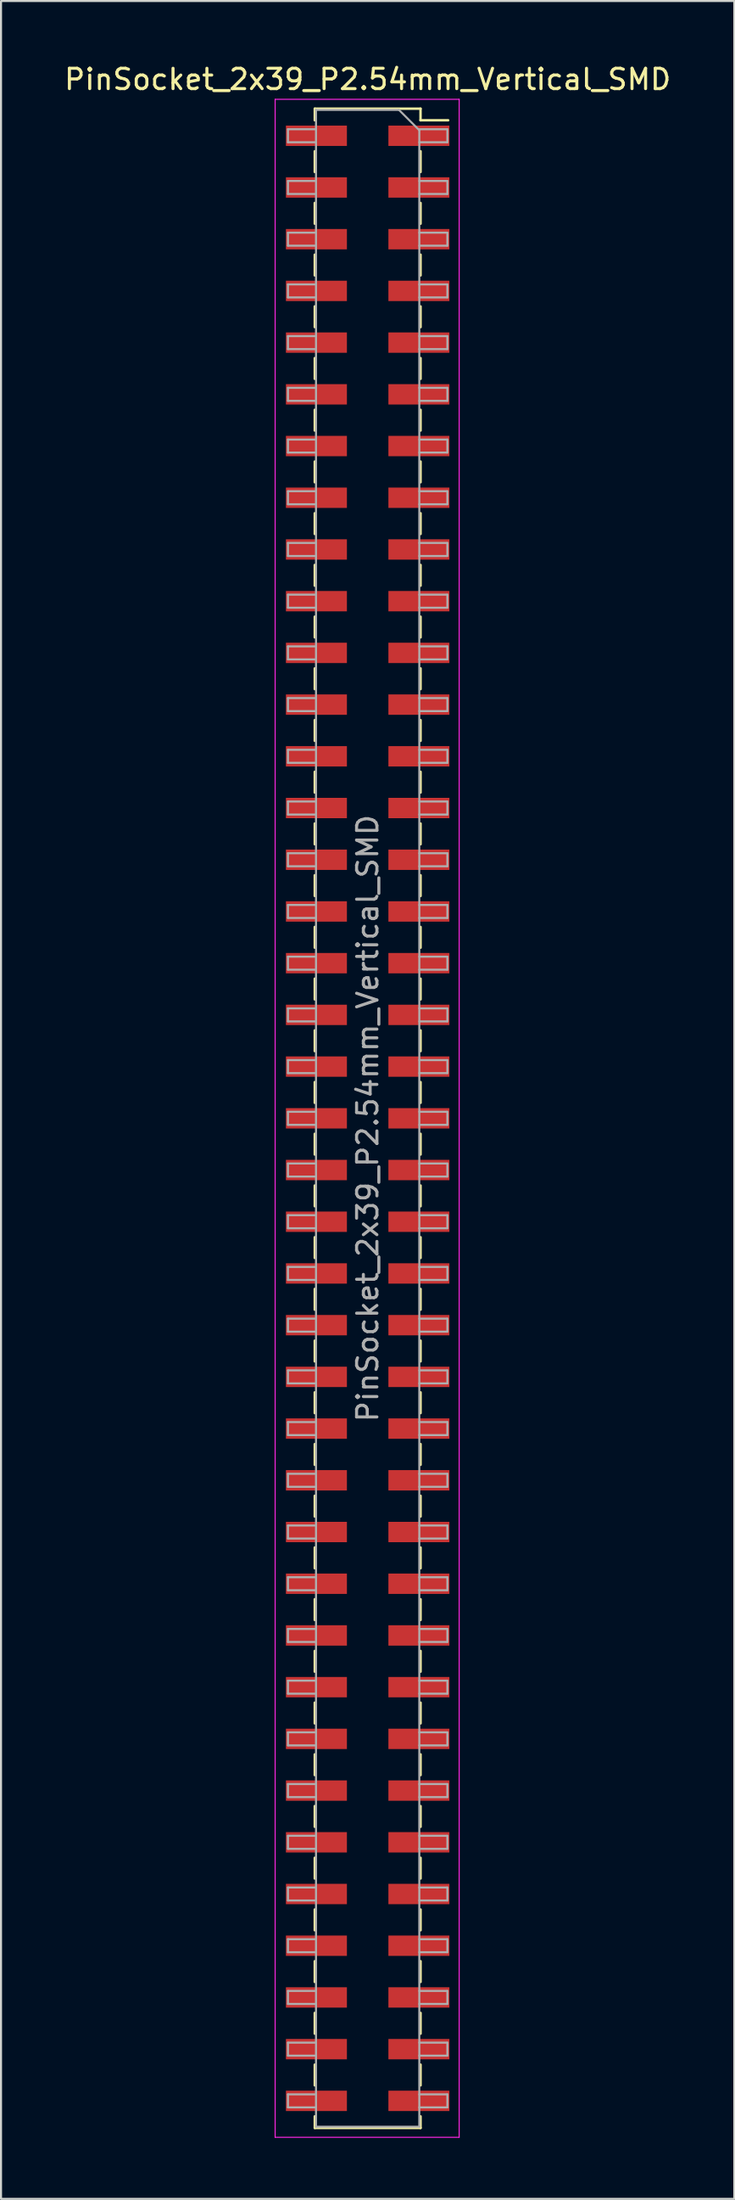
<source format=kicad_pcb>
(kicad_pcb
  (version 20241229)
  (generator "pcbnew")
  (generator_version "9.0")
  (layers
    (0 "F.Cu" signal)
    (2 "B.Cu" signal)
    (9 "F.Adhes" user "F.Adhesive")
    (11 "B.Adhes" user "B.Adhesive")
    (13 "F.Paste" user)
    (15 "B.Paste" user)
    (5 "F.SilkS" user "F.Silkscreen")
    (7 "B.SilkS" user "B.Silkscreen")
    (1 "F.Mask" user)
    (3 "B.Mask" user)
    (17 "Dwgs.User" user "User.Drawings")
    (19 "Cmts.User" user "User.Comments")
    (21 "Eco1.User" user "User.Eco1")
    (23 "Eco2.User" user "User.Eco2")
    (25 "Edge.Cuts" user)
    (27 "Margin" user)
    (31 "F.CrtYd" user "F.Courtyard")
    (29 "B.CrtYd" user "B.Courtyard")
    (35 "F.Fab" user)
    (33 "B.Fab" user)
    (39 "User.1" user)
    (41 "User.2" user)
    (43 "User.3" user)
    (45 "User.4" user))
  (footprint "PinSocket_2x39_P2.54mm_Vertical_SMD"
    (layer "F.Cu")
    (at 15.03 51.878)
    (property "Reference" "PinSocket_2x39_P2.54mm_Vertical_SMD" (at 0 -51.03 0) (layer "F.SilkS") (effects (font (size 1 1) (thickness 0.15))))
    (attr smd)
    (fp_line (start -2.6 -49.59) (end -2.6 -49.02) (stroke (width 0.12) (type solid)) (layer "F.SilkS"))
    (fp_line (start -2.6 -49.59) (end 2.6 -49.59) (stroke (width 0.12) (type solid)) (layer "F.SilkS"))
    (fp_line (start -2.6 -47.5) (end -2.6 -46.48) (stroke (width 0.12) (type solid)) (layer "F.SilkS"))
    (fp_line (start -2.6 -44.96) (end -2.6 -43.94) (stroke (width 0.12) (type solid)) (layer "F.SilkS"))
    (fp_line (start -2.6 -42.42) (end -2.6 -41.4) (stroke (width 0.12) (type solid)) (layer "F.SilkS"))
    (fp_line (start -2.6 -39.88) (end -2.6 -38.86) (stroke (width 0.12) (type solid)) (layer "F.SilkS"))
    (fp_line (start -2.6 -37.34) (end -2.6 -36.32) (stroke (width 0.12) (type solid)) (layer "F.SilkS"))
    (fp_line (start -2.6 -34.8) (end -2.6 -33.78) (stroke (width 0.12) (type solid)) (layer "F.SilkS"))
    (fp_line (start -2.6 -32.26) (end -2.6 -31.24) (stroke (width 0.12) (type solid)) (layer "F.SilkS"))
    (fp_line (start -2.6 -29.72) (end -2.6 -28.7) (stroke (width 0.12) (type solid)) (layer "F.SilkS"))
    (fp_line (start -2.6 -27.18) (end -2.6 -26.16) (stroke (width 0.12) (type solid)) (layer "F.SilkS"))
    (fp_line (start -2.6 -24.64) (end -2.6 -23.62) (stroke (width 0.12) (type solid)) (layer "F.SilkS"))
    (fp_line (start -2.6 -22.1) (end -2.6 -21.08) (stroke (width 0.12) (type solid)) (layer "F.SilkS"))
    (fp_line (start -2.6 -19.56) (end -2.6 -18.54) (stroke (width 0.12) (type solid)) (layer "F.SilkS"))
    (fp_line (start -2.6 -17.02) (end -2.6 -16) (stroke (width 0.12) (type solid)) (layer "F.SilkS"))
    (fp_line (start -2.6 -14.48) (end -2.6 -13.46) (stroke (width 0.12) (type solid)) (layer "F.SilkS"))
    (fp_line (start -2.6 -11.94) (end -2.6 -10.92) (stroke (width 0.12) (type solid)) (layer "F.SilkS"))
    (fp_line (start -2.6 -9.4) (end -2.6 -8.38) (stroke (width 0.12) (type solid)) (layer "F.SilkS"))
    (fp_line (start -2.6 -6.86) (end -2.6 -5.84) (stroke (width 0.12) (type solid)) (layer "F.SilkS"))
    (fp_line (start -2.6 -4.32) (end -2.6 -3.3) (stroke (width 0.12) (type solid)) (layer "F.SilkS"))
    (fp_line (start -2.6 -1.78) (end -2.6 -0.76) (stroke (width 0.12) (type solid)) (layer "F.SilkS"))
    (fp_line (start -2.6 0.76) (end -2.6 1.78) (stroke (width 0.12) (type solid)) (layer "F.SilkS"))
    (fp_line (start -2.6 3.3) (end -2.6 4.32) (stroke (width 0.12) (type solid)) (layer "F.SilkS"))
    (fp_line (start -2.6 5.84) (end -2.6 6.86) (stroke (width 0.12) (type solid)) (layer "F.SilkS"))
    (fp_line (start -2.6 8.38) (end -2.6 9.4) (stroke (width 0.12) (type solid)) (layer "F.SilkS"))
    (fp_line (start -2.6 10.92) (end -2.6 11.94) (stroke (width 0.12) (type solid)) (layer "F.SilkS"))
    (fp_line (start -2.6 13.46) (end -2.6 14.48) (stroke (width 0.12) (type solid)) (layer "F.SilkS"))
    (fp_line (start -2.6 16) (end -2.6 17.02) (stroke (width 0.12) (type solid)) (layer "F.SilkS"))
    (fp_line (start -2.6 18.54) (end -2.6 19.56) (stroke (width 0.12) (type solid)) (layer "F.SilkS"))
    (fp_line (start -2.6 21.08) (end -2.6 22.1) (stroke (width 0.12) (type solid)) (layer "F.SilkS"))
    (fp_line (start -2.6 23.62) (end -2.6 24.64) (stroke (width 0.12) (type solid)) (layer "F.SilkS"))
    (fp_line (start -2.6 26.16) (end -2.6 27.18) (stroke (width 0.12) (type solid)) (layer "F.SilkS"))
    (fp_line (start -2.6 28.7) (end -2.6 29.72) (stroke (width 0.12) (type solid)) (layer "F.SilkS"))
    (fp_line (start -2.6 31.24) (end -2.6 32.26) (stroke (width 0.12) (type solid)) (layer "F.SilkS"))
    (fp_line (start -2.6 33.78) (end -2.6 34.8) (stroke (width 0.12) (type solid)) (layer "F.SilkS"))
    (fp_line (start -2.6 36.32) (end -2.6 37.34) (stroke (width 0.12) (type solid)) (layer "F.SilkS"))
    (fp_line (start -2.6 38.86) (end -2.6 39.88) (stroke (width 0.12) (type solid)) (layer "F.SilkS"))
    (fp_line (start -2.6 41.4) (end -2.6 42.42) (stroke (width 0.12) (type solid)) (layer "F.SilkS"))
    (fp_line (start -2.6 43.94) (end -2.6 44.96) (stroke (width 0.12) (type solid)) (layer "F.SilkS"))
    (fp_line (start -2.6 46.48) (end -2.6 47.5) (stroke (width 0.12) (type solid)) (layer "F.SilkS"))
    (fp_line (start -2.6 49.02) (end -2.6 49.59) (stroke (width 0.12) (type solid)) (layer "F.SilkS"))
    (fp_line (start -2.6 49.59) (end 2.6 49.59) (stroke (width 0.12) (type solid)) (layer "F.SilkS"))
    (fp_line (start 2.6 -49.59) (end 2.6 -49.02) (stroke (width 0.12) (type solid)) (layer "F.SilkS"))
    (fp_line (start 2.6 -49.02) (end 3.96 -49.02) (stroke (width 0.12) (type solid)) (layer "F.SilkS"))
    (fp_line (start 2.6 -47.5) (end 2.6 -46.48) (stroke (width 0.12) (type solid)) (layer "F.SilkS"))
    (fp_line (start 2.6 -44.96) (end 2.6 -43.94) (stroke (width 0.12) (type solid)) (layer "F.SilkS"))
    (fp_line (start 2.6 -42.42) (end 2.6 -41.4) (stroke (width 0.12) (type solid)) (layer "F.SilkS"))
    (fp_line (start 2.6 -39.88) (end 2.6 -38.86) (stroke (width 0.12) (type solid)) (layer "F.SilkS"))
    (fp_line (start 2.6 -37.34) (end 2.6 -36.32) (stroke (width 0.12) (type solid)) (layer "F.SilkS"))
    (fp_line (start 2.6 -34.8) (end 2.6 -33.78) (stroke (width 0.12) (type solid)) (layer "F.SilkS"))
    (fp_line (start 2.6 -32.26) (end 2.6 -31.24) (stroke (width 0.12) (type solid)) (layer "F.SilkS"))
    (fp_line (start 2.6 -29.72) (end 2.6 -28.7) (stroke (width 0.12) (type solid)) (layer "F.SilkS"))
    (fp_line (start 2.6 -27.18) (end 2.6 -26.16) (stroke (width 0.12) (type solid)) (layer "F.SilkS"))
    (fp_line (start 2.6 -24.64) (end 2.6 -23.62) (stroke (width 0.12) (type solid)) (layer "F.SilkS"))
    (fp_line (start 2.6 -22.1) (end 2.6 -21.08) (stroke (width 0.12) (type solid)) (layer "F.SilkS"))
    (fp_line (start 2.6 -19.56) (end 2.6 -18.54) (stroke (width 0.12) (type solid)) (layer "F.SilkS"))
    (fp_line (start 2.6 -17.02) (end 2.6 -16) (stroke (width 0.12) (type solid)) (layer "F.SilkS"))
    (fp_line (start 2.6 -14.48) (end 2.6 -13.46) (stroke (width 0.12) (type solid)) (layer "F.SilkS"))
    (fp_line (start 2.6 -11.94) (end 2.6 -10.92) (stroke (width 0.12) (type solid)) (layer "F.SilkS"))
    (fp_line (start 2.6 -9.4) (end 2.6 -8.38) (stroke (width 0.12) (type solid)) (layer "F.SilkS"))
    (fp_line (start 2.6 -6.86) (end 2.6 -5.84) (stroke (width 0.12) (type solid)) (layer "F.SilkS"))
    (fp_line (start 2.6 -4.32) (end 2.6 -3.3) (stroke (width 0.12) (type solid)) (layer "F.SilkS"))
    (fp_line (start 2.6 -1.78) (end 2.6 -0.76) (stroke (width 0.12) (type solid)) (layer "F.SilkS"))
    (fp_line (start 2.6 0.76) (end 2.6 1.78) (stroke (width 0.12) (type solid)) (layer "F.SilkS"))
    (fp_line (start 2.6 3.3) (end 2.6 4.32) (stroke (width 0.12) (type solid)) (layer "F.SilkS"))
    (fp_line (start 2.6 5.84) (end 2.6 6.86) (stroke (width 0.12) (type solid)) (layer "F.SilkS"))
    (fp_line (start 2.6 8.38) (end 2.6 9.4) (stroke (width 0.12) (type solid)) (layer "F.SilkS"))
    (fp_line (start 2.6 10.92) (end 2.6 11.94) (stroke (width 0.12) (type solid)) (layer "F.SilkS"))
    (fp_line (start 2.6 13.46) (end 2.6 14.48) (stroke (width 0.12) (type solid)) (layer "F.SilkS"))
    (fp_line (start 2.6 16) (end 2.6 17.02) (stroke (width 0.12) (type solid)) (layer "F.SilkS"))
    (fp_line (start 2.6 18.54) (end 2.6 19.56) (stroke (width 0.12) (type solid)) (layer "F.SilkS"))
    (fp_line (start 2.6 21.08) (end 2.6 22.1) (stroke (width 0.12) (type solid)) (layer "F.SilkS"))
    (fp_line (start 2.6 23.62) (end 2.6 24.64) (stroke (width 0.12) (type solid)) (layer "F.SilkS"))
    (fp_line (start 2.6 26.16) (end 2.6 27.18) (stroke (width 0.12) (type solid)) (layer "F.SilkS"))
    (fp_line (start 2.6 28.7) (end 2.6 29.72) (stroke (width 0.12) (type solid)) (layer "F.SilkS"))
    (fp_line (start 2.6 31.24) (end 2.6 32.26) (stroke (width 0.12) (type solid)) (layer "F.SilkS"))
    (fp_line (start 2.6 33.78) (end 2.6 34.8) (stroke (width 0.12) (type solid)) (layer "F.SilkS"))
    (fp_line (start 2.6 36.32) (end 2.6 37.34) (stroke (width 0.12) (type solid)) (layer "F.SilkS"))
    (fp_line (start 2.6 38.86) (end 2.6 39.88) (stroke (width 0.12) (type solid)) (layer "F.SilkS"))
    (fp_line (start 2.6 41.4) (end 2.6 42.42) (stroke (width 0.12) (type solid)) (layer "F.SilkS"))
    (fp_line (start 2.6 43.94) (end 2.6 44.96) (stroke (width 0.12) (type solid)) (layer "F.SilkS"))
    (fp_line (start 2.6 46.48) (end 2.6 47.5) (stroke (width 0.12) (type solid)) (layer "F.SilkS"))
    (fp_line (start 2.6 49.02) (end 2.6 49.59) (stroke (width 0.12) (type solid)) (layer "F.SilkS"))
    (fp_line (start -4.55 -50.05) (end 4.5 -50.05) (stroke (width 0.05) (type solid)) (layer "F.CrtYd"))
    (fp_line (start -4.55 50.05) (end -4.55 -50.05) (stroke (width 0.05) (type solid)) (layer "F.CrtYd"))
    (fp_line (start 4.5 -50.05) (end 4.5 50.05) (stroke (width 0.05) (type solid)) (layer "F.CrtYd"))
    (fp_line (start 4.5 50.05) (end -4.55 50.05) (stroke (width 0.05) (type solid)) (layer "F.CrtYd"))
    (fp_line (start -3.92 -48.58) (end -2.54 -48.58) (stroke (width 0.1) (type solid)) (layer "F.Fab"))
    (fp_line (start -3.92 -47.94) (end -3.92 -48.58) (stroke (width 0.1) (type solid)) (layer "F.Fab"))
    (fp_line (start -3.92 -46.04) (end -2.54 -46.04) (stroke (width 0.1) (type solid)) (layer "F.Fab"))
    (fp_line (start -3.92 -45.4) (end -3.92 -46.04) (stroke (width 0.1) (type solid)) (layer "F.Fab"))
    (fp_line (start -3.92 -43.5) (end -2.54 -43.5) (stroke (width 0.1) (type solid)) (layer "F.Fab"))
    (fp_line (start -3.92 -42.86) (end -3.92 -43.5) (stroke (width 0.1) (type solid)) (layer "F.Fab"))
    (fp_line (start -3.92 -40.96) (end -2.54 -40.96) (stroke (width 0.1) (type solid)) (layer "F.Fab"))
    (fp_line (start -3.92 -40.32) (end -3.92 -40.96) (stroke (width 0.1) (type solid)) (layer "F.Fab"))
    (fp_line (start -3.92 -38.42) (end -2.54 -38.42) (stroke (width 0.1) (type solid)) (layer "F.Fab"))
    (fp_line (start -3.92 -37.78) (end -3.92 -38.42) (stroke (width 0.1) (type solid)) (layer "F.Fab"))
    (fp_line (start -3.92 -35.88) (end -2.54 -35.88) (stroke (width 0.1) (type solid)) (layer "F.Fab"))
    (fp_line (start -3.92 -35.24) (end -3.92 -35.88) (stroke (width 0.1) (type solid)) (layer "F.Fab"))
    (fp_line (start -3.92 -33.34) (end -2.54 -33.34) (stroke (width 0.1) (type solid)) (layer "F.Fab"))
    (fp_line (start -3.92 -32.7) (end -3.92 -33.34) (stroke (width 0.1) (type solid)) (layer "F.Fab"))
    (fp_line (start -3.92 -30.8) (end -2.54 -30.8) (stroke (width 0.1) (type solid)) (layer "F.Fab"))
    (fp_line (start -3.92 -30.16) (end -3.92 -30.8) (stroke (width 0.1) (type solid)) (layer "F.Fab"))
    (fp_line (start -3.92 -28.26) (end -2.54 -28.26) (stroke (width 0.1) (type solid)) (layer "F.Fab"))
    (fp_line (start -3.92 -27.62) (end -3.92 -28.26) (stroke (width 0.1) (type solid)) (layer "F.Fab"))
    (fp_line (start -3.92 -25.72) (end -2.54 -25.72) (stroke (width 0.1) (type solid)) (layer "F.Fab"))
    (fp_line (start -3.92 -25.08) (end -3.92 -25.72) (stroke (width 0.1) (type solid)) (layer "F.Fab"))
    (fp_line (start -3.92 -23.18) (end -2.54 -23.18) (stroke (width 0.1) (type solid)) (layer "F.Fab"))
    (fp_line (start -3.92 -22.54) (end -3.92 -23.18) (stroke (width 0.1) (type solid)) (layer "F.Fab"))
    (fp_line (start -3.92 -20.64) (end -2.54 -20.64) (stroke (width 0.1) (type solid)) (layer "F.Fab"))
    (fp_line (start -3.92 -20) (end -3.92 -20.64) (stroke (width 0.1) (type solid)) (layer "F.Fab"))
    (fp_line (start -3.92 -18.1) (end -2.54 -18.1) (stroke (width 0.1) (type solid)) (layer "F.Fab"))
    (fp_line (start -3.92 -17.46) (end -3.92 -18.1) (stroke (width 0.1) (type solid)) (layer "F.Fab"))
    (fp_line (start -3.92 -15.56) (end -2.54 -15.56) (stroke (width 0.1) (type solid)) (layer "F.Fab"))
    (fp_line (start -3.92 -14.92) (end -3.92 -15.56) (stroke (width 0.1) (type solid)) (layer "F.Fab"))
    (fp_line (start -3.92 -13.02) (end -2.54 -13.02) (stroke (width 0.1) (type solid)) (layer "F.Fab"))
    (fp_line (start -3.92 -12.38) (end -3.92 -13.02) (stroke (width 0.1) (type solid)) (layer "F.Fab"))
    (fp_line (start -3.92 -10.48) (end -2.54 -10.48) (stroke (width 0.1) (type solid)) (layer "F.Fab"))
    (fp_line (start -3.92 -9.84) (end -3.92 -10.48) (stroke (width 0.1) (type solid)) (layer "F.Fab"))
    (fp_line (start -3.92 -7.94) (end -2.54 -7.94) (stroke (width 0.1) (type solid)) (layer "F.Fab"))
    (fp_line (start -3.92 -7.3) (end -3.92 -7.94) (stroke (width 0.1) (type solid)) (layer "F.Fab"))
    (fp_line (start -3.92 -5.4) (end -2.54 -5.4) (stroke (width 0.1) (type solid)) (layer "F.Fab"))
    (fp_line (start -3.92 -4.76) (end -3.92 -5.4) (stroke (width 0.1) (type solid)) (layer "F.Fab"))
    (fp_line (start -3.92 -2.86) (end -2.54 -2.86) (stroke (width 0.1) (type solid)) (layer "F.Fab"))
    (fp_line (start -3.92 -2.22) (end -3.92 -2.86) (stroke (width 0.1) (type solid)) (layer "F.Fab"))
    (fp_line (start -3.92 -0.32) (end -2.54 -0.32) (stroke (width 0.1) (type solid)) (layer "F.Fab"))
    (fp_line (start -3.92 0.32) (end -3.92 -0.32) (stroke (width 0.1) (type solid)) (layer "F.Fab"))
    (fp_line (start -3.92 2.22) (end -2.54 2.22) (stroke (width 0.1) (type solid)) (layer "F.Fab"))
    (fp_line (start -3.92 2.86) (end -3.92 2.22) (stroke (width 0.1) (type solid)) (layer "F.Fab"))
    (fp_line (start -3.92 4.76) (end -2.54 4.76) (stroke (width 0.1) (type solid)) (layer "F.Fab"))
    (fp_line (start -3.92 5.4) (end -3.92 4.76) (stroke (width 0.1) (type solid)) (layer "F.Fab"))
    (fp_line (start -3.92 7.3) (end -2.54 7.3) (stroke (width 0.1) (type solid)) (layer "F.Fab"))
    (fp_line (start -3.92 7.94) (end -3.92 7.3) (stroke (width 0.1) (type solid)) (layer "F.Fab"))
    (fp_line (start -3.92 9.84) (end -2.54 9.84) (stroke (width 0.1) (type solid)) (layer "F.Fab"))
    (fp_line (start -3.92 10.48) (end -3.92 9.84) (stroke (width 0.1) (type solid)) (layer "F.Fab"))
    (fp_line (start -3.92 12.38) (end -2.54 12.38) (stroke (width 0.1) (type solid)) (layer "F.Fab"))
    (fp_line (start -3.92 13.02) (end -3.92 12.38) (stroke (width 0.1) (type solid)) (layer "F.Fab"))
    (fp_line (start -3.92 14.92) (end -2.54 14.92) (stroke (width 0.1) (type solid)) (layer "F.Fab"))
    (fp_line (start -3.92 15.56) (end -3.92 14.92) (stroke (width 0.1) (type solid)) (layer "F.Fab"))
    (fp_line (start -3.92 17.46) (end -2.54 17.46) (stroke (width 0.1) (type solid)) (layer "F.Fab"))
    (fp_line (start -3.92 18.1) (end -3.92 17.46) (stroke (width 0.1) (type solid)) (layer "F.Fab"))
    (fp_line (start -3.92 20) (end -2.54 20) (stroke (width 0.1) (type solid)) (layer "F.Fab"))
    (fp_line (start -3.92 20.64) (end -3.92 20) (stroke (width 0.1) (type solid)) (layer "F.Fab"))
    (fp_line (start -3.92 22.54) (end -2.54 22.54) (stroke (width 0.1) (type solid)) (layer "F.Fab"))
    (fp_line (start -3.92 23.18) (end -3.92 22.54) (stroke (width 0.1) (type solid)) (layer "F.Fab"))
    (fp_line (start -3.92 25.08) (end -2.54 25.08) (stroke (width 0.1) (type solid)) (layer "F.Fab"))
    (fp_line (start -3.92 25.72) (end -3.92 25.08) (stroke (width 0.1) (type solid)) (layer "F.Fab"))
    (fp_line (start -3.92 27.62) (end -2.54 27.62) (stroke (width 0.1) (type solid)) (layer "F.Fab"))
    (fp_line (start -3.92 28.26) (end -3.92 27.62) (stroke (width 0.1) (type solid)) (layer "F.Fab"))
    (fp_line (start -3.92 30.16) (end -2.54 30.16) (stroke (width 0.1) (type solid)) (layer "F.Fab"))
    (fp_line (start -3.92 30.8) (end -3.92 30.16) (stroke (width 0.1) (type solid)) (layer "F.Fab"))
    (fp_line (start -3.92 32.7) (end -2.54 32.7) (stroke (width 0.1) (type solid)) (layer "F.Fab"))
    (fp_line (start -3.92 33.34) (end -3.92 32.7) (stroke (width 0.1) (type solid)) (layer "F.Fab"))
    (fp_line (start -3.92 35.24) (end -2.54 35.24) (stroke (width 0.1) (type solid)) (layer "F.Fab"))
    (fp_line (start -3.92 35.88) (end -3.92 35.24) (stroke (width 0.1) (type solid)) (layer "F.Fab"))
    (fp_line (start -3.92 37.78) (end -2.54 37.78) (stroke (width 0.1) (type solid)) (layer "F.Fab"))
    (fp_line (start -3.92 38.42) (end -3.92 37.78) (stroke (width 0.1) (type solid)) (layer "F.Fab"))
    (fp_line (start -3.92 40.32) (end -2.54 40.32) (stroke (width 0.1) (type solid)) (layer "F.Fab"))
    (fp_line (start -3.92 40.96) (end -3.92 40.32) (stroke (width 0.1) (type solid)) (layer "F.Fab"))
    (fp_line (start -3.92 42.86) (end -2.54 42.86) (stroke (width 0.1) (type solid)) (layer "F.Fab"))
    (fp_line (start -3.92 43.5) (end -3.92 42.86) (stroke (width 0.1) (type solid)) (layer "F.Fab"))
    (fp_line (start -3.92 45.4) (end -2.54 45.4) (stroke (width 0.1) (type solid)) (layer "F.Fab"))
    (fp_line (start -3.92 46.04) (end -3.92 45.4) (stroke (width 0.1) (type solid)) (layer "F.Fab"))
    (fp_line (start -3.92 47.94) (end -2.54 47.94) (stroke (width 0.1) (type solid)) (layer "F.Fab"))
    (fp_line (start -3.92 48.58) (end -3.92 47.94) (stroke (width 0.1) (type solid)) (layer "F.Fab"))
    (fp_line (start -2.54 -49.53) (end 1.54 -49.53) (stroke (width 0.1) (type solid)) (layer "F.Fab"))
    (fp_line (start -2.54 -47.94) (end -3.92 -47.94) (stroke (width 0.1) (type solid)) (layer "F.Fab"))
    (fp_line (start -2.54 -45.4) (end -3.92 -45.4) (stroke (width 0.1) (type solid)) (layer "F.Fab"))
    (fp_line (start -2.54 -42.86) (end -3.92 -42.86) (stroke (width 0.1) (type solid)) (layer "F.Fab"))
    (fp_line (start -2.54 -40.32) (end -3.92 -40.32) (stroke (width 0.1) (type solid)) (layer "F.Fab"))
    (fp_line (start -2.54 -37.78) (end -3.92 -37.78) (stroke (width 0.1) (type solid)) (layer "F.Fab"))
    (fp_line (start -2.54 -35.24) (end -3.92 -35.24) (stroke (width 0.1) (type solid)) (layer "F.Fab"))
    (fp_line (start -2.54 -32.7) (end -3.92 -32.7) (stroke (width 0.1) (type solid)) (layer "F.Fab"))
    (fp_line (start -2.54 -30.16) (end -3.92 -30.16) (stroke (width 0.1) (type solid)) (layer "F.Fab"))
    (fp_line (start -2.54 -27.62) (end -3.92 -27.62) (stroke (width 0.1) (type solid)) (layer "F.Fab"))
    (fp_line (start -2.54 -25.08) (end -3.92 -25.08) (stroke (width 0.1) (type solid)) (layer "F.Fab"))
    (fp_line (start -2.54 -22.54) (end -3.92 -22.54) (stroke (width 0.1) (type solid)) (layer "F.Fab"))
    (fp_line (start -2.54 -20) (end -3.92 -20) (stroke (width 0.1) (type solid)) (layer "F.Fab"))
    (fp_line (start -2.54 -17.46) (end -3.92 -17.46) (stroke (width 0.1) (type solid)) (layer "F.Fab"))
    (fp_line (start -2.54 -14.92) (end -3.92 -14.92) (stroke (width 0.1) (type solid)) (layer "F.Fab"))
    (fp_line (start -2.54 -12.38) (end -3.92 -12.38) (stroke (width 0.1) (type solid)) (layer "F.Fab"))
    (fp_line (start -2.54 -9.84) (end -3.92 -9.84) (stroke (width 0.1) (type solid)) (layer "F.Fab"))
    (fp_line (start -2.54 -7.3) (end -3.92 -7.3) (stroke (width 0.1) (type solid)) (layer "F.Fab"))
    (fp_line (start -2.54 -4.76) (end -3.92 -4.76) (stroke (width 0.1) (type solid)) (layer "F.Fab"))
    (fp_line (start -2.54 -2.22) (end -3.92 -2.22) (stroke (width 0.1) (type solid)) (layer "F.Fab"))
    (fp_line (start -2.54 0.32) (end -3.92 0.32) (stroke (width 0.1) (type solid)) (layer "F.Fab"))
    (fp_line (start -2.54 2.86) (end -3.92 2.86) (stroke (width 0.1) (type solid)) (layer "F.Fab"))
    (fp_line (start -2.54 5.4) (end -3.92 5.4) (stroke (width 0.1) (type solid)) (layer "F.Fab"))
    (fp_line (start -2.54 7.94) (end -3.92 7.94) (stroke (width 0.1) (type solid)) (layer "F.Fab"))
    (fp_line (start -2.54 10.48) (end -3.92 10.48) (stroke (width 0.1) (type solid)) (layer "F.Fab"))
    (fp_line (start -2.54 13.02) (end -3.92 13.02) (stroke (width 0.1) (type solid)) (layer "F.Fab"))
    (fp_line (start -2.54 15.56) (end -3.92 15.56) (stroke (width 0.1) (type solid)) (layer "F.Fab"))
    (fp_line (start -2.54 18.1) (end -3.92 18.1) (stroke (width 0.1) (type solid)) (layer "F.Fab"))
    (fp_line (start -2.54 20.64) (end -3.92 20.64) (stroke (width 0.1) (type solid)) (layer "F.Fab"))
    (fp_line (start -2.54 23.18) (end -3.92 23.18) (stroke (width 0.1) (type solid)) (layer "F.Fab"))
    (fp_line (start -2.54 25.72) (end -3.92 25.72) (stroke (width 0.1) (type solid)) (layer "F.Fab"))
    (fp_line (start -2.54 28.26) (end -3.92 28.26) (stroke (width 0.1) (type solid)) (layer "F.Fab"))
    (fp_line (start -2.54 30.8) (end -3.92 30.8) (stroke (width 0.1) (type solid)) (layer "F.Fab"))
    (fp_line (start -2.54 33.34) (end -3.92 33.34) (stroke (width 0.1) (type solid)) (layer "F.Fab"))
    (fp_line (start -2.54 35.88) (end -3.92 35.88) (stroke (width 0.1) (type solid)) (layer "F.Fab"))
    (fp_line (start -2.54 38.42) (end -3.92 38.42) (stroke (width 0.1) (type solid)) (layer "F.Fab"))
    (fp_line (start -2.54 40.96) (end -3.92 40.96) (stroke (width 0.1) (type solid)) (layer "F.Fab"))
    (fp_line (start -2.54 43.5) (end -3.92 43.5) (stroke (width 0.1) (type solid)) (layer "F.Fab"))
    (fp_line (start -2.54 46.04) (end -3.92 46.04) (stroke (width 0.1) (type solid)) (layer "F.Fab"))
    (fp_line (start -2.54 48.58) (end -3.92 48.58) (stroke (width 0.1) (type solid)) (layer "F.Fab"))
    (fp_line (start -2.54 49.53) (end -2.54 -49.53) (stroke (width 0.1) (type solid)) (layer "F.Fab"))
    (fp_line (start 1.54 -49.53) (end 2.54 -48.53) (stroke (width 0.1) (type solid)) (layer "F.Fab"))
    (fp_line (start 2.54 -48.58) (end 3.92 -48.58) (stroke (width 0.1) (type solid)) (layer "F.Fab"))
    (fp_line (start 2.54 -48.53) (end 2.54 49.53) (stroke (width 0.1) (type solid)) (layer "F.Fab"))
    (fp_line (start 2.54 -46.04) (end 3.92 -46.04) (stroke (width 0.1) (type solid)) (layer "F.Fab"))
    (fp_line (start 2.54 -43.5) (end 3.92 -43.5) (stroke (width 0.1) (type solid)) (layer "F.Fab"))
    (fp_line (start 2.54 -40.96) (end 3.92 -40.96) (stroke (width 0.1) (type solid)) (layer "F.Fab"))
    (fp_line (start 2.54 -38.42) (end 3.92 -38.42) (stroke (width 0.1) (type solid)) (layer "F.Fab"))
    (fp_line (start 2.54 -35.88) (end 3.92 -35.88) (stroke (width 0.1) (type solid)) (layer "F.Fab"))
    (fp_line (start 2.54 -33.34) (end 3.92 -33.34) (stroke (width 0.1) (type solid)) (layer "F.Fab"))
    (fp_line (start 2.54 -30.8) (end 3.92 -30.8) (stroke (width 0.1) (type solid)) (layer "F.Fab"))
    (fp_line (start 2.54 -28.26) (end 3.92 -28.26) (stroke (width 0.1) (type solid)) (layer "F.Fab"))
    (fp_line (start 2.54 -25.72) (end 3.92 -25.72) (stroke (width 0.1) (type solid)) (layer "F.Fab"))
    (fp_line (start 2.54 -23.18) (end 3.92 -23.18) (stroke (width 0.1) (type solid)) (layer "F.Fab"))
    (fp_line (start 2.54 -20.64) (end 3.92 -20.64) (stroke (width 0.1) (type solid)) (layer "F.Fab"))
    (fp_line (start 2.54 -18.1) (end 3.92 -18.1) (stroke (width 0.1) (type solid)) (layer "F.Fab"))
    (fp_line (start 2.54 -15.56) (end 3.92 -15.56) (stroke (width 0.1) (type solid)) (layer "F.Fab"))
    (fp_line (start 2.54 -13.02) (end 3.92 -13.02) (stroke (width 0.1) (type solid)) (layer "F.Fab"))
    (fp_line (start 2.54 -10.48) (end 3.92 -10.48) (stroke (width 0.1) (type solid)) (layer "F.Fab"))
    (fp_line (start 2.54 -7.94) (end 3.92 -7.94) (stroke (width 0.1) (type solid)) (layer "F.Fab"))
    (fp_line (start 2.54 -5.4) (end 3.92 -5.4) (stroke (width 0.1) (type solid)) (layer "F.Fab"))
    (fp_line (start 2.54 -2.86) (end 3.92 -2.86) (stroke (width 0.1) (type solid)) (layer "F.Fab"))
    (fp_line (start 2.54 -0.32) (end 3.92 -0.32) (stroke (width 0.1) (type solid)) (layer "F.Fab"))
    (fp_line (start 2.54 2.22) (end 3.92 2.22) (stroke (width 0.1) (type solid)) (layer "F.Fab"))
    (fp_line (start 2.54 4.76) (end 3.92 4.76) (stroke (width 0.1) (type solid)) (layer "F.Fab"))
    (fp_line (start 2.54 7.3) (end 3.92 7.3) (stroke (width 0.1) (type solid)) (layer "F.Fab"))
    (fp_line (start 2.54 9.84) (end 3.92 9.84) (stroke (width 0.1) (type solid)) (layer "F.Fab"))
    (fp_line (start 2.54 12.38) (end 3.92 12.38) (stroke (width 0.1) (type solid)) (layer "F.Fab"))
    (fp_line (start 2.54 14.92) (end 3.92 14.92) (stroke (width 0.1) (type solid)) (layer "F.Fab"))
    (fp_line (start 2.54 17.46) (end 3.92 17.46) (stroke (width 0.1) (type solid)) (layer "F.Fab"))
    (fp_line (start 2.54 20) (end 3.92 20) (stroke (width 0.1) (type solid)) (layer "F.Fab"))
    (fp_line (start 2.54 22.54) (end 3.92 22.54) (stroke (width 0.1) (type solid)) (layer "F.Fab"))
    (fp_line (start 2.54 25.08) (end 3.92 25.08) (stroke (width 0.1) (type solid)) (layer "F.Fab"))
    (fp_line (start 2.54 27.62) (end 3.92 27.62) (stroke (width 0.1) (type solid)) (layer "F.Fab"))
    (fp_line (start 2.54 30.16) (end 3.92 30.16) (stroke (width 0.1) (type solid)) (layer "F.Fab"))
    (fp_line (start 2.54 32.7) (end 3.92 32.7) (stroke (width 0.1) (type solid)) (layer "F.Fab"))
    (fp_line (start 2.54 35.24) (end 3.92 35.24) (stroke (width 0.1) (type solid)) (layer "F.Fab"))
    (fp_line (start 2.54 37.78) (end 3.92 37.78) (stroke (width 0.1) (type solid)) (layer "F.Fab"))
    (fp_line (start 2.54 40.32) (end 3.92 40.32) (stroke (width 0.1) (type solid)) (layer "F.Fab"))
    (fp_line (start 2.54 42.86) (end 3.92 42.86) (stroke (width 0.1) (type solid)) (layer "F.Fab"))
    (fp_line (start 2.54 45.4) (end 3.92 45.4) (stroke (width 0.1) (type solid)) (layer "F.Fab"))
    (fp_line (start 2.54 47.94) (end 3.92 47.94) (stroke (width 0.1) (type solid)) (layer "F.Fab"))
    (fp_line (start 2.54 49.53) (end -2.54 49.53) (stroke (width 0.1) (type solid)) (layer "F.Fab"))
    (fp_line (start 3.92 -48.58) (end 3.92 -47.94) (stroke (width 0.1) (type solid)) (layer "F.Fab"))
    (fp_line (start 3.92 -47.94) (end 2.54 -47.94) (stroke (width 0.1) (type solid)) (layer "F.Fab"))
    (fp_line (start 3.92 -46.04) (end 3.92 -45.4) (stroke (width 0.1) (type solid)) (layer "F.Fab"))
    (fp_line (start 3.92 -45.4) (end 2.54 -45.4) (stroke (width 0.1) (type solid)) (layer "F.Fab"))
    (fp_line (start 3.92 -43.5) (end 3.92 -42.86) (stroke (width 0.1) (type solid)) (layer "F.Fab"))
    (fp_line (start 3.92 -42.86) (end 2.54 -42.86) (stroke (width 0.1) (type solid)) (layer "F.Fab"))
    (fp_line (start 3.92 -40.96) (end 3.92 -40.32) (stroke (width 0.1) (type solid)) (layer "F.Fab"))
    (fp_line (start 3.92 -40.32) (end 2.54 -40.32) (stroke (width 0.1) (type solid)) (layer "F.Fab"))
    (fp_line (start 3.92 -38.42) (end 3.92 -37.78) (stroke (width 0.1) (type solid)) (layer "F.Fab"))
    (fp_line (start 3.92 -37.78) (end 2.54 -37.78) (stroke (width 0.1) (type solid)) (layer "F.Fab"))
    (fp_line (start 3.92 -35.88) (end 3.92 -35.24) (stroke (width 0.1) (type solid)) (layer "F.Fab"))
    (fp_line (start 3.92 -35.24) (end 2.54 -35.24) (stroke (width 0.1) (type solid)) (layer "F.Fab"))
    (fp_line (start 3.92 -33.34) (end 3.92 -32.7) (stroke (width 0.1) (type solid)) (layer "F.Fab"))
    (fp_line (start 3.92 -32.7) (end 2.54 -32.7) (stroke (width 0.1) (type solid)) (layer "F.Fab"))
    (fp_line (start 3.92 -30.8) (end 3.92 -30.16) (stroke (width 0.1) (type solid)) (layer "F.Fab"))
    (fp_line (start 3.92 -30.16) (end 2.54 -30.16) (stroke (width 0.1) (type solid)) (layer "F.Fab"))
    (fp_line (start 3.92 -28.26) (end 3.92 -27.62) (stroke (width 0.1) (type solid)) (layer "F.Fab"))
    (fp_line (start 3.92 -27.62) (end 2.54 -27.62) (stroke (width 0.1) (type solid)) (layer "F.Fab"))
    (fp_line (start 3.92 -25.72) (end 3.92 -25.08) (stroke (width 0.1) (type solid)) (layer "F.Fab"))
    (fp_line (start 3.92 -25.08) (end 2.54 -25.08) (stroke (width 0.1) (type solid)) (layer "F.Fab"))
    (fp_line (start 3.92 -23.18) (end 3.92 -22.54) (stroke (width 0.1) (type solid)) (layer "F.Fab"))
    (fp_line (start 3.92 -22.54) (end 2.54 -22.54) (stroke (width 0.1) (type solid)) (layer "F.Fab"))
    (fp_line (start 3.92 -20.64) (end 3.92 -20) (stroke (width 0.1) (type solid)) (layer "F.Fab"))
    (fp_line (start 3.92 -20) (end 2.54 -20) (stroke (width 0.1) (type solid)) (layer "F.Fab"))
    (fp_line (start 3.92 -18.1) (end 3.92 -17.46) (stroke (width 0.1) (type solid)) (layer "F.Fab"))
    (fp_line (start 3.92 -17.46) (end 2.54 -17.46) (stroke (width 0.1) (type solid)) (layer "F.Fab"))
    (fp_line (start 3.92 -15.56) (end 3.92 -14.92) (stroke (width 0.1) (type solid)) (layer "F.Fab"))
    (fp_line (start 3.92 -14.92) (end 2.54 -14.92) (stroke (width 0.1) (type solid)) (layer "F.Fab"))
    (fp_line (start 3.92 -13.02) (end 3.92 -12.38) (stroke (width 0.1) (type solid)) (layer "F.Fab"))
    (fp_line (start 3.92 -12.38) (end 2.54 -12.38) (stroke (width 0.1) (type solid)) (layer "F.Fab"))
    (fp_line (start 3.92 -10.48) (end 3.92 -9.84) (stroke (width 0.1) (type solid)) (layer "F.Fab"))
    (fp_line (start 3.92 -9.84) (end 2.54 -9.84) (stroke (width 0.1) (type solid)) (layer "F.Fab"))
    (fp_line (start 3.92 -7.94) (end 3.92 -7.3) (stroke (width 0.1) (type solid)) (layer "F.Fab"))
    (fp_line (start 3.92 -7.3) (end 2.54 -7.3) (stroke (width 0.1) (type solid)) (layer "F.Fab"))
    (fp_line (start 3.92 -5.4) (end 3.92 -4.76) (stroke (width 0.1) (type solid)) (layer "F.Fab"))
    (fp_line (start 3.92 -4.76) (end 2.54 -4.76) (stroke (width 0.1) (type solid)) (layer "F.Fab"))
    (fp_line (start 3.92 -2.86) (end 3.92 -2.22) (stroke (width 0.1) (type solid)) (layer "F.Fab"))
    (fp_line (start 3.92 -2.22) (end 2.54 -2.22) (stroke (width 0.1) (type solid)) (layer "F.Fab"))
    (fp_line (start 3.92 -0.32) (end 3.92 0.32) (stroke (width 0.1) (type solid)) (layer "F.Fab"))
    (fp_line (start 3.92 0.32) (end 2.54 0.32) (stroke (width 0.1) (type solid)) (layer "F.Fab"))
    (fp_line (start 3.92 2.22) (end 3.92 2.86) (stroke (width 0.1) (type solid)) (layer "F.Fab"))
    (fp_line (start 3.92 2.86) (end 2.54 2.86) (stroke (width 0.1) (type solid)) (layer "F.Fab"))
    (fp_line (start 3.92 4.76) (end 3.92 5.4) (stroke (width 0.1) (type solid)) (layer "F.Fab"))
    (fp_line (start 3.92 5.4) (end 2.54 5.4) (stroke (width 0.1) (type solid)) (layer "F.Fab"))
    (fp_line (start 3.92 7.3) (end 3.92 7.94) (stroke (width 0.1) (type solid)) (layer "F.Fab"))
    (fp_line (start 3.92 7.94) (end 2.54 7.94) (stroke (width 0.1) (type solid)) (layer "F.Fab"))
    (fp_line (start 3.92 9.84) (end 3.92 10.48) (stroke (width 0.1) (type solid)) (layer "F.Fab"))
    (fp_line (start 3.92 10.48) (end 2.54 10.48) (stroke (width 0.1) (type solid)) (layer "F.Fab"))
    (fp_line (start 3.92 12.38) (end 3.92 13.02) (stroke (width 0.1) (type solid)) (layer "F.Fab"))
    (fp_line (start 3.92 13.02) (end 2.54 13.02) (stroke (width 0.1) (type solid)) (layer "F.Fab"))
    (fp_line (start 3.92 14.92) (end 3.92 15.56) (stroke (width 0.1) (type solid)) (layer "F.Fab"))
    (fp_line (start 3.92 15.56) (end 2.54 15.56) (stroke (width 0.1) (type solid)) (layer "F.Fab"))
    (fp_line (start 3.92 17.46) (end 3.92 18.1) (stroke (width 0.1) (type solid)) (layer "F.Fab"))
    (fp_line (start 3.92 18.1) (end 2.54 18.1) (stroke (width 0.1) (type solid)) (layer "F.Fab"))
    (fp_line (start 3.92 20) (end 3.92 20.64) (stroke (width 0.1) (type solid)) (layer "F.Fab"))
    (fp_line (start 3.92 20.64) (end 2.54 20.64) (stroke (width 0.1) (type solid)) (layer "F.Fab"))
    (fp_line (start 3.92 22.54) (end 3.92 23.18) (stroke (width 0.1) (type solid)) (layer "F.Fab"))
    (fp_line (start 3.92 23.18) (end 2.54 23.18) (stroke (width 0.1) (type solid)) (layer "F.Fab"))
    (fp_line (start 3.92 25.08) (end 3.92 25.72) (stroke (width 0.1) (type solid)) (layer "F.Fab"))
    (fp_line (start 3.92 25.72) (end 2.54 25.72) (stroke (width 0.1) (type solid)) (layer "F.Fab"))
    (fp_line (start 3.92 27.62) (end 3.92 28.26) (stroke (width 0.1) (type solid)) (layer "F.Fab"))
    (fp_line (start 3.92 28.26) (end 2.54 28.26) (stroke (width 0.1) (type solid)) (layer "F.Fab"))
    (fp_line (start 3.92 30.16) (end 3.92 30.8) (stroke (width 0.1) (type solid)) (layer "F.Fab"))
    (fp_line (start 3.92 30.8) (end 2.54 30.8) (stroke (width 0.1) (type solid)) (layer "F.Fab"))
    (fp_line (start 3.92 32.7) (end 3.92 33.34) (stroke (width 0.1) (type solid)) (layer "F.Fab"))
    (fp_line (start 3.92 33.34) (end 2.54 33.34) (stroke (width 0.1) (type solid)) (layer "F.Fab"))
    (fp_line (start 3.92 35.24) (end 3.92 35.88) (stroke (width 0.1) (type solid)) (layer "F.Fab"))
    (fp_line (start 3.92 35.88) (end 2.54 35.88) (stroke (width 0.1) (type solid)) (layer "F.Fab"))
    (fp_line (start 3.92 37.78) (end 3.92 38.42) (stroke (width 0.1) (type solid)) (layer "F.Fab"))
    (fp_line (start 3.92 38.42) (end 2.54 38.42) (stroke (width 0.1) (type solid)) (layer "F.Fab"))
    (fp_line (start 3.92 40.32) (end 3.92 40.96) (stroke (width 0.1) (type solid)) (layer "F.Fab"))
    (fp_line (start 3.92 40.96) (end 2.54 40.96) (stroke (width 0.1) (type solid)) (layer "F.Fab"))
    (fp_line (start 3.92 42.86) (end 3.92 43.5) (stroke (width 0.1) (type solid)) (layer "F.Fab"))
    (fp_line (start 3.92 43.5) (end 2.54 43.5) (stroke (width 0.1) (type solid)) (layer "F.Fab"))
    (fp_line (start 3.92 45.4) (end 3.92 46.04) (stroke (width 0.1) (type solid)) (layer "F.Fab"))
    (fp_line (start 3.92 46.04) (end 2.54 46.04) (stroke (width 0.1) (type solid)) (layer "F.Fab"))
    (fp_line (start 3.92 47.94) (end 3.92 48.58) (stroke (width 0.1) (type solid)) (layer "F.Fab"))
    (fp_line (start 3.92 48.58) (end 2.54 48.58) (stroke (width 0.1) (type solid)) (layer "F.Fab"))
    (fp_text user "${REFERENCE}" (at 0 0 90) (layer "F.Fab") (effects (font (size 1 1) (thickness 0.15))))
    (pad "1" smd rect (at 2.52 -48.26) (size 3 1) (layers "F.Cu" "F.Mask" "F.Paste"))
    (pad "2" smd rect (at -2.52 -48.26) (size 3 1) (layers "F.Cu" "F.Mask" "F.Paste"))
    (pad "3" smd rect (at 2.52 -45.72) (size 3 1) (layers "F.Cu" "F.Mask" "F.Paste"))
    (pad "4" smd rect (at -2.52 -45.72) (size 3 1) (layers "F.Cu" "F.Mask" "F.Paste"))
    (pad "5" smd rect (at 2.52 -43.18) (size 3 1) (layers "F.Cu" "F.Mask" "F.Paste"))
    (pad "6" smd rect (at -2.52 -43.18) (size 3 1) (layers "F.Cu" "F.Mask" "F.Paste"))
    (pad "7" smd rect (at 2.52 -40.64) (size 3 1) (layers "F.Cu" "F.Mask" "F.Paste"))
    (pad "8" smd rect (at -2.52 -40.64) (size 3 1) (layers "F.Cu" "F.Mask" "F.Paste"))
    (pad "9" smd rect (at 2.52 -38.1) (size 3 1) (layers "F.Cu" "F.Mask" "F.Paste"))
    (pad "10" smd rect (at -2.52 -38.1) (size 3 1) (layers "F.Cu" "F.Mask" "F.Paste"))
    (pad "11" smd rect (at 2.52 -35.56) (size 3 1) (layers "F.Cu" "F.Mask" "F.Paste"))
    (pad "12" smd rect (at -2.52 -35.56) (size 3 1) (layers "F.Cu" "F.Mask" "F.Paste"))
    (pad "13" smd rect (at 2.52 -33.02) (size 3 1) (layers "F.Cu" "F.Mask" "F.Paste"))
    (pad "14" smd rect (at -2.52 -33.02) (size 3 1) (layers "F.Cu" "F.Mask" "F.Paste"))
    (pad "15" smd rect (at 2.52 -30.48) (size 3 1) (layers "F.Cu" "F.Mask" "F.Paste"))
    (pad "16" smd rect (at -2.52 -30.48) (size 3 1) (layers "F.Cu" "F.Mask" "F.Paste"))
    (pad "17" smd rect (at 2.52 -27.94) (size 3 1) (layers "F.Cu" "F.Mask" "F.Paste"))
    (pad "18" smd rect (at -2.52 -27.94) (size 3 1) (layers "F.Cu" "F.Mask" "F.Paste"))
    (pad "19" smd rect (at 2.52 -25.4) (size 3 1) (layers "F.Cu" "F.Mask" "F.Paste"))
    (pad "20" smd rect (at -2.52 -25.4) (size 3 1) (layers "F.Cu" "F.Mask" "F.Paste"))
    (pad "21" smd rect (at 2.52 -22.86) (size 3 1) (layers "F.Cu" "F.Mask" "F.Paste"))
    (pad "22" smd rect (at -2.52 -22.86) (size 3 1) (layers "F.Cu" "F.Mask" "F.Paste"))
    (pad "23" smd rect (at 2.52 -20.32) (size 3 1) (layers "F.Cu" "F.Mask" "F.Paste"))
    (pad "24" smd rect (at -2.52 -20.32) (size 3 1) (layers "F.Cu" "F.Mask" "F.Paste"))
    (pad "25" smd rect (at 2.52 -17.78) (size 3 1) (layers "F.Cu" "F.Mask" "F.Paste"))
    (pad "26" smd rect (at -2.52 -17.78) (size 3 1) (layers "F.Cu" "F.Mask" "F.Paste"))
    (pad "27" smd rect (at 2.52 -15.24) (size 3 1) (layers "F.Cu" "F.Mask" "F.Paste"))
    (pad "28" smd rect (at -2.52 -15.24) (size 3 1) (layers "F.Cu" "F.Mask" "F.Paste"))
    (pad "29" smd rect (at 2.52 -12.7) (size 3 1) (layers "F.Cu" "F.Mask" "F.Paste"))
    (pad "30" smd rect (at -2.52 -12.7) (size 3 1) (layers "F.Cu" "F.Mask" "F.Paste"))
    (pad "31" smd rect (at 2.52 -10.16) (size 3 1) (layers "F.Cu" "F.Mask" "F.Paste"))
    (pad "32" smd rect (at -2.52 -10.16) (size 3 1) (layers "F.Cu" "F.Mask" "F.Paste"))
    (pad "33" smd rect (at 2.52 -7.62) (size 3 1) (layers "F.Cu" "F.Mask" "F.Paste"))
    (pad "34" smd rect (at -2.52 -7.62) (size 3 1) (layers "F.Cu" "F.Mask" "F.Paste"))
    (pad "35" smd rect (at 2.52 -5.08) (size 3 1) (layers "F.Cu" "F.Mask" "F.Paste"))
    (pad "36" smd rect (at -2.52 -5.08) (size 3 1) (layers "F.Cu" "F.Mask" "F.Paste"))
    (pad "37" smd rect (at 2.52 -2.54) (size 3 1) (layers "F.Cu" "F.Mask" "F.Paste"))
    (pad "38" smd rect (at -2.52 -2.54) (size 3 1) (layers "F.Cu" "F.Mask" "F.Paste"))
    (pad "39" smd rect (at 2.52 0) (size 3 1) (layers "F.Cu" "F.Mask" "F.Paste"))
    (pad "40" smd rect (at -2.52 0) (size 3 1) (layers "F.Cu" "F.Mask" "F.Paste"))
    (pad "41" smd rect (at 2.52 2.54) (size 3 1) (layers "F.Cu" "F.Mask" "F.Paste"))
    (pad "42" smd rect (at -2.52 2.54) (size 3 1) (layers "F.Cu" "F.Mask" "F.Paste"))
    (pad "43" smd rect (at 2.52 5.08) (size 3 1) (layers "F.Cu" "F.Mask" "F.Paste"))
    (pad "44" smd rect (at -2.52 5.08) (size 3 1) (layers "F.Cu" "F.Mask" "F.Paste"))
    (pad "45" smd rect (at 2.52 7.62) (size 3 1) (layers "F.Cu" "F.Mask" "F.Paste"))
    (pad "46" smd rect (at -2.52 7.62) (size 3 1) (layers "F.Cu" "F.Mask" "F.Paste"))
    (pad "47" smd rect (at 2.52 10.16) (size 3 1) (layers "F.Cu" "F.Mask" "F.Paste"))
    (pad "48" smd rect (at -2.52 10.16) (size 3 1) (layers "F.Cu" "F.Mask" "F.Paste"))
    (pad "49" smd rect (at 2.52 12.7) (size 3 1) (layers "F.Cu" "F.Mask" "F.Paste"))
    (pad "50" smd rect (at -2.52 12.7) (size 3 1) (layers "F.Cu" "F.Mask" "F.Paste"))
    (pad "51" smd rect (at 2.52 15.24) (size 3 1) (layers "F.Cu" "F.Mask" "F.Paste"))
    (pad "52" smd rect (at -2.52 15.24) (size 3 1) (layers "F.Cu" "F.Mask" "F.Paste"))
    (pad "53" smd rect (at 2.52 17.78) (size 3 1) (layers "F.Cu" "F.Mask" "F.Paste"))
    (pad "54" smd rect (at -2.52 17.78) (size 3 1) (layers "F.Cu" "F.Mask" "F.Paste"))
    (pad "55" smd rect (at 2.52 20.32) (size 3 1) (layers "F.Cu" "F.Mask" "F.Paste"))
    (pad "56" smd rect (at -2.52 20.32) (size 3 1) (layers "F.Cu" "F.Mask" "F.Paste"))
    (pad "57" smd rect (at 2.52 22.86) (size 3 1) (layers "F.Cu" "F.Mask" "F.Paste"))
    (pad "58" smd rect (at -2.52 22.86) (size 3 1) (layers "F.Cu" "F.Mask" "F.Paste"))
    (pad "59" smd rect (at 2.52 25.4) (size 3 1) (layers "F.Cu" "F.Mask" "F.Paste"))
    (pad "60" smd rect (at -2.52 25.4) (size 3 1) (layers "F.Cu" "F.Mask" "F.Paste"))
    (pad "61" smd rect (at 2.52 27.94) (size 3 1) (layers "F.Cu" "F.Mask" "F.Paste"))
    (pad "62" smd rect (at -2.52 27.94) (size 3 1) (layers "F.Cu" "F.Mask" "F.Paste"))
    (pad "63" smd rect (at 2.52 30.48) (size 3 1) (layers "F.Cu" "F.Mask" "F.Paste"))
    (pad "64" smd rect (at -2.52 30.48) (size 3 1) (layers "F.Cu" "F.Mask" "F.Paste"))
    (pad "65" smd rect (at 2.52 33.02) (size 3 1) (layers "F.Cu" "F.Mask" "F.Paste"))
    (pad "66" smd rect (at -2.52 33.02) (size 3 1) (layers "F.Cu" "F.Mask" "F.Paste"))
    (pad "67" smd rect (at 2.52 35.56) (size 3 1) (layers "F.Cu" "F.Mask" "F.Paste"))
    (pad "68" smd rect (at -2.52 35.56) (size 3 1) (layers "F.Cu" "F.Mask" "F.Paste"))
    (pad "69" smd rect (at 2.52 38.1) (size 3 1) (layers "F.Cu" "F.Mask" "F.Paste"))
    (pad "70" smd rect (at -2.52 38.1) (size 3 1) (layers "F.Cu" "F.Mask" "F.Paste"))
    (pad "71" smd rect (at 2.52 40.64) (size 3 1) (layers "F.Cu" "F.Mask" "F.Paste"))
    (pad "72" smd rect (at -2.52 40.64) (size 3 1) (layers "F.Cu" "F.Mask" "F.Paste"))
    (pad "73" smd rect (at 2.52 43.18) (size 3 1) (layers "F.Cu" "F.Mask" "F.Paste"))
    (pad "74" smd rect (at -2.52 43.18) (size 3 1) (layers "F.Cu" "F.Mask" "F.Paste"))
    (pad "75" smd rect (at 2.52 45.72) (size 3 1) (layers "F.Cu" "F.Mask" "F.Paste"))
    (pad "76" smd rect (at -2.52 45.72) (size 3 1) (layers "F.Cu" "F.Mask" "F.Paste"))
    (pad "77" smd rect (at 2.52 48.26) (size 3 1) (layers "F.Cu" "F.Mask" "F.Paste"))
    (pad "78" smd rect (at -2.52 48.26) (size 3 1) (layers "F.Cu" "F.Mask" "F.Paste")))
  (gr_rect
    (start -3 -3)
    (end 33.06 104.953)
    (stroke (width 0.1) (type default))
    (fill no)
    (layer "Edge.Cuts")))
</source>
